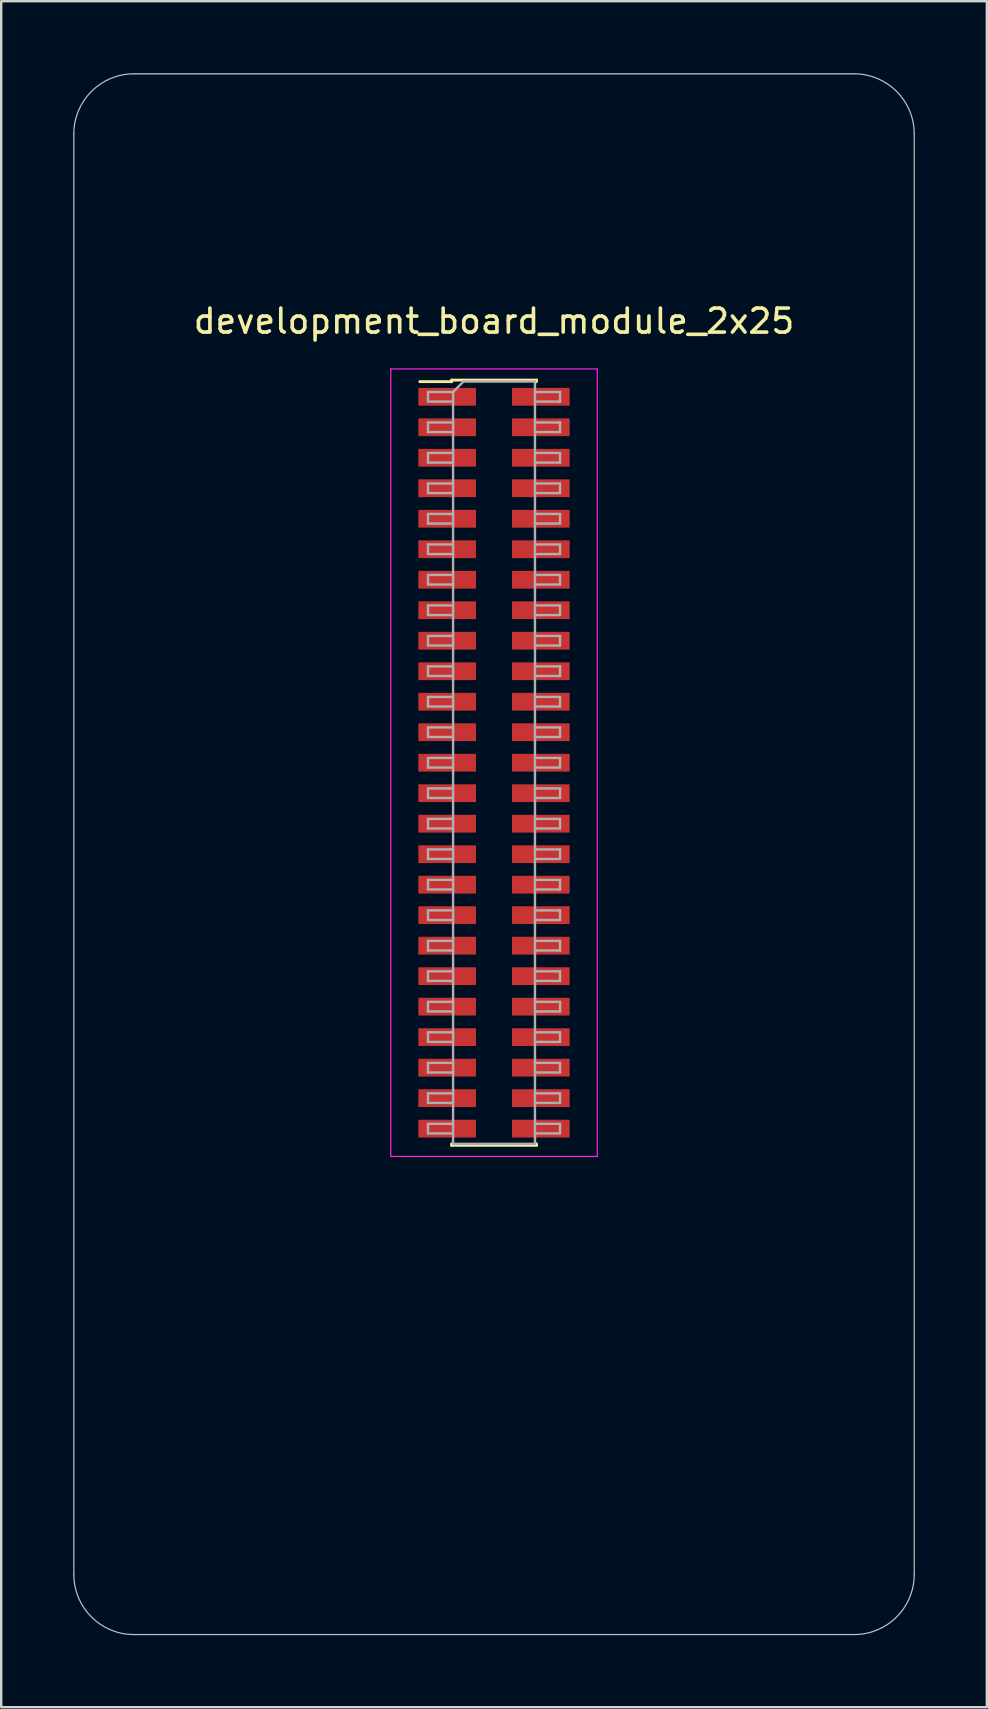
<source format=kicad_pcb>
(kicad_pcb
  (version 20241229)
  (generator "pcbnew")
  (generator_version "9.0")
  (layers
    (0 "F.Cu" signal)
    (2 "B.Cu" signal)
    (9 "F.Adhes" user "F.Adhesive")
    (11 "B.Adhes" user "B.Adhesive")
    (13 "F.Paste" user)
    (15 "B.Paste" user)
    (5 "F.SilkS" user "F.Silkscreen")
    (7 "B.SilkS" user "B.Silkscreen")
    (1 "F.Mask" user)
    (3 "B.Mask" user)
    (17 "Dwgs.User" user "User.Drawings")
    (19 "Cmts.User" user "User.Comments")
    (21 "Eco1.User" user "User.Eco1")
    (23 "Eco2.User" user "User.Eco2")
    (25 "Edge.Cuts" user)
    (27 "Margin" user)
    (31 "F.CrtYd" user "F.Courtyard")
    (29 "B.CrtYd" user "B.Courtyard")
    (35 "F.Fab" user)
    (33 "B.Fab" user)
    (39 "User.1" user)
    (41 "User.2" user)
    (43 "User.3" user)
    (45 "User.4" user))
  (footprint "development_board_module_2x25"
    (layer "F.Cu")
    (at 17.525 32.525)
    (property "Reference" "development_board_module_2x25" (at 0 -22.2 0) (layer "F.SilkS") (effects (font (size 1 1) (thickness 0.15))))
    (attr smd)
    (fp_line (start -3.09 -19.68) (end -1.765 -19.68) (stroke (width 0.12) (type solid)) (layer "F.SilkS"))
    (fp_line (start -1.765 -19.745) (end -1.765 -19.68) (stroke (width 0.12) (type solid)) (layer "F.SilkS"))
    (fp_line (start -1.765 -19.745) (end 1.765 -19.745) (stroke (width 0.12) (type solid)) (layer "F.SilkS"))
    (fp_line (start -1.765 12.06) (end -1.765 12.125) (stroke (width 0.12) (type solid)) (layer "F.SilkS"))
    (fp_line (start -1.765 12.125) (end 1.765 12.125) (stroke (width 0.12) (type solid)) (layer "F.SilkS"))
    (fp_line (start 1.765 -19.745) (end 1.765 -19.68) (stroke (width 0.12) (type solid)) (layer "F.SilkS"))
    (fp_line (start 1.765 12.06) (end 1.765 12.125) (stroke (width 0.12) (type solid)) (layer "F.SilkS"))
    (fp_line (start -17.5 30) (end -17.5 -30) (stroke (width 0.05) (type default)) (layer "Dwgs.User"))
    (fp_line (start -15 -32.5) (end 15 -32.5) (stroke (width 0.05) (type default)) (layer "Dwgs.User"))
    (fp_line (start 15 32.5) (end -15 32.5) (stroke (width 0.05) (type default)) (layer "Dwgs.User"))
    (fp_line (start 17.5 -30) (end 17.5 30) (stroke (width 0.05) (type default)) (layer "Dwgs.User"))
    (fp_arc (start -17.5 -30) (mid -16.767767 -31.767767) (end -15 -32.5) (stroke (width 0.05) (type default)) (layer "Dwgs.User"))
    (fp_arc (start -15 32.5) (mid -16.767767 31.767767) (end -17.5 30) (stroke (width 0.05) (type default)) (layer "Dwgs.User"))
    (fp_arc (start 15 -32.5) (mid 16.767767 -31.767767) (end 17.5 -30) (stroke (width 0.05) (type default)) (layer "Dwgs.User"))
    (fp_arc (start 17.5 30) (mid 16.767767 31.767767) (end 15 32.5) (stroke (width 0.05) (type default)) (layer "Dwgs.User"))
    (fp_line (start -4.3 -20.21) (end -4.3 12.59) (stroke (width 0.05) (type solid)) (layer "F.CrtYd"))
    (fp_line (start -4.3 12.59) (end 4.3 12.59) (stroke (width 0.05) (type solid)) (layer "F.CrtYd"))
    (fp_line (start 4.3 -20.21) (end -4.3 -20.21) (stroke (width 0.05) (type solid)) (layer "F.CrtYd"))
    (fp_line (start 4.3 12.59) (end 4.3 -20.21) (stroke (width 0.05) (type solid)) (layer "F.CrtYd"))
    (fp_line (start -2.75 -19.25) (end -2.75 -18.85) (stroke (width 0.1) (type solid)) (layer "F.Fab"))
    (fp_line (start -2.75 -18.85) (end -1.705 -18.85) (stroke (width 0.1) (type solid)) (layer "F.Fab"))
    (fp_line (start -2.75 -17.98) (end -2.75 -17.58) (stroke (width 0.1) (type solid)) (layer "F.Fab"))
    (fp_line (start -2.75 -17.58) (end -1.705 -17.58) (stroke (width 0.1) (type solid)) (layer "F.Fab"))
    (fp_line (start -2.75 -16.71) (end -2.75 -16.31) (stroke (width 0.1) (type solid)) (layer "F.Fab"))
    (fp_line (start -2.75 -16.31) (end -1.705 -16.31) (stroke (width 0.1) (type solid)) (layer "F.Fab"))
    (fp_line (start -2.75 -15.44) (end -2.75 -15.04) (stroke (width 0.1) (type solid)) (layer "F.Fab"))
    (fp_line (start -2.75 -15.04) (end -1.705 -15.04) (stroke (width 0.1) (type solid)) (layer "F.Fab"))
    (fp_line (start -2.75 -14.17) (end -2.75 -13.77) (stroke (width 0.1) (type solid)) (layer "F.Fab"))
    (fp_line (start -2.75 -13.77) (end -1.705 -13.77) (stroke (width 0.1) (type solid)) (layer "F.Fab"))
    (fp_line (start -2.75 -12.9) (end -2.75 -12.5) (stroke (width 0.1) (type solid)) (layer "F.Fab"))
    (fp_line (start -2.75 -12.5) (end -1.705 -12.5) (stroke (width 0.1) (type solid)) (layer "F.Fab"))
    (fp_line (start -2.75 -11.63) (end -2.75 -11.23) (stroke (width 0.1) (type solid)) (layer "F.Fab"))
    (fp_line (start -2.75 -11.23) (end -1.705 -11.23) (stroke (width 0.1) (type solid)) (layer "F.Fab"))
    (fp_line (start -2.75 -10.36) (end -2.75 -9.96) (stroke (width 0.1) (type solid)) (layer "F.Fab"))
    (fp_line (start -2.75 -9.96) (end -1.705 -9.96) (stroke (width 0.1) (type solid)) (layer "F.Fab"))
    (fp_line (start -2.75 -9.09) (end -2.75 -8.69) (stroke (width 0.1) (type solid)) (layer "F.Fab"))
    (fp_line (start -2.75 -8.69) (end -1.705 -8.69) (stroke (width 0.1) (type solid)) (layer "F.Fab"))
    (fp_line (start -2.75 -7.82) (end -2.75 -7.42) (stroke (width 0.1) (type solid)) (layer "F.Fab"))
    (fp_line (start -2.75 -7.42) (end -1.705 -7.42) (stroke (width 0.1) (type solid)) (layer "F.Fab"))
    (fp_line (start -2.75 -6.55) (end -2.75 -6.15) (stroke (width 0.1) (type solid)) (layer "F.Fab"))
    (fp_line (start -2.75 -6.15) (end -1.705 -6.15) (stroke (width 0.1) (type solid)) (layer "F.Fab"))
    (fp_line (start -2.75 -5.28) (end -2.75 -4.88) (stroke (width 0.1) (type solid)) (layer "F.Fab"))
    (fp_line (start -2.75 -4.88) (end -1.705 -4.88) (stroke (width 0.1) (type solid)) (layer "F.Fab"))
    (fp_line (start -2.75 -4.01) (end -2.75 -3.61) (stroke (width 0.1) (type solid)) (layer "F.Fab"))
    (fp_line (start -2.75 -3.61) (end -1.705 -3.61) (stroke (width 0.1) (type solid)) (layer "F.Fab"))
    (fp_line (start -2.75 -2.74) (end -2.75 -2.34) (stroke (width 0.1) (type solid)) (layer "F.Fab"))
    (fp_line (start -2.75 -2.34) (end -1.705 -2.34) (stroke (width 0.1) (type solid)) (layer "F.Fab"))
    (fp_line (start -2.75 -1.47) (end -2.75 -1.07) (stroke (width 0.1) (type solid)) (layer "F.Fab"))
    (fp_line (start -2.75 -1.07) (end -1.705 -1.07) (stroke (width 0.1) (type solid)) (layer "F.Fab"))
    (fp_line (start -2.75 -0.2) (end -2.75 0.2) (stroke (width 0.1) (type solid)) (layer "F.Fab"))
    (fp_line (start -2.75 0.2) (end -1.705 0.2) (stroke (width 0.1) (type solid)) (layer "F.Fab"))
    (fp_line (start -2.75 1.07) (end -2.75 1.47) (stroke (width 0.1) (type solid)) (layer "F.Fab"))
    (fp_line (start -2.75 1.47) (end -1.705 1.47) (stroke (width 0.1) (type solid)) (layer "F.Fab"))
    (fp_line (start -2.75 2.34) (end -2.75 2.74) (stroke (width 0.1) (type solid)) (layer "F.Fab"))
    (fp_line (start -2.75 2.74) (end -1.705 2.74) (stroke (width 0.1) (type solid)) (layer "F.Fab"))
    (fp_line (start -2.75 3.61) (end -2.75 4.01) (stroke (width 0.1) (type solid)) (layer "F.Fab"))
    (fp_line (start -2.75 4.01) (end -1.705 4.01) (stroke (width 0.1) (type solid)) (layer "F.Fab"))
    (fp_line (start -2.75 4.88) (end -2.75 5.28) (stroke (width 0.1) (type solid)) (layer "F.Fab"))
    (fp_line (start -2.75 5.28) (end -1.705 5.28) (stroke (width 0.1) (type solid)) (layer "F.Fab"))
    (fp_line (start -2.75 6.15) (end -2.75 6.55) (stroke (width 0.1) (type solid)) (layer "F.Fab"))
    (fp_line (start -2.75 6.55) (end -1.705 6.55) (stroke (width 0.1) (type solid)) (layer "F.Fab"))
    (fp_line (start -2.75 7.42) (end -2.75 7.82) (stroke (width 0.1) (type solid)) (layer "F.Fab"))
    (fp_line (start -2.75 7.82) (end -1.705 7.82) (stroke (width 0.1) (type solid)) (layer "F.Fab"))
    (fp_line (start -2.75 8.69) (end -2.75 9.09) (stroke (width 0.1) (type solid)) (layer "F.Fab"))
    (fp_line (start -2.75 9.09) (end -1.705 9.09) (stroke (width 0.1) (type solid)) (layer "F.Fab"))
    (fp_line (start -2.75 9.96) (end -2.75 10.36) (stroke (width 0.1) (type solid)) (layer "F.Fab"))
    (fp_line (start -2.75 10.36) (end -1.705 10.36) (stroke (width 0.1) (type solid)) (layer "F.Fab"))
    (fp_line (start -2.75 11.23) (end -2.75 11.63) (stroke (width 0.1) (type solid)) (layer "F.Fab"))
    (fp_line (start -2.75 11.63) (end -1.705 11.63) (stroke (width 0.1) (type solid)) (layer "F.Fab"))
    (fp_line (start -1.705 -19.25) (end -2.75 -19.25) (stroke (width 0.1) (type solid)) (layer "F.Fab"))
    (fp_line (start -1.705 -19.25) (end -1.27 -19.685) (stroke (width 0.1) (type solid)) (layer "F.Fab"))
    (fp_line (start -1.705 -17.98) (end -2.75 -17.98) (stroke (width 0.1) (type solid)) (layer "F.Fab"))
    (fp_line (start -1.705 -16.71) (end -2.75 -16.71) (stroke (width 0.1) (type solid)) (layer "F.Fab"))
    (fp_line (start -1.705 -15.44) (end -2.75 -15.44) (stroke (width 0.1) (type solid)) (layer "F.Fab"))
    (fp_line (start -1.705 -14.17) (end -2.75 -14.17) (stroke (width 0.1) (type solid)) (layer "F.Fab"))
    (fp_line (start -1.705 -12.9) (end -2.75 -12.9) (stroke (width 0.1) (type solid)) (layer "F.Fab"))
    (fp_line (start -1.705 -11.63) (end -2.75 -11.63) (stroke (width 0.1) (type solid)) (layer "F.Fab"))
    (fp_line (start -1.705 -10.36) (end -2.75 -10.36) (stroke (width 0.1) (type solid)) (layer "F.Fab"))
    (fp_line (start -1.705 -9.09) (end -2.75 -9.09) (stroke (width 0.1) (type solid)) (layer "F.Fab"))
    (fp_line (start -1.705 -7.82) (end -2.75 -7.82) (stroke (width 0.1) (type solid)) (layer "F.Fab"))
    (fp_line (start -1.705 -6.55) (end -2.75 -6.55) (stroke (width 0.1) (type solid)) (layer "F.Fab"))
    (fp_line (start -1.705 -5.28) (end -2.75 -5.28) (stroke (width 0.1) (type solid)) (layer "F.Fab"))
    (fp_line (start -1.705 -4.01) (end -2.75 -4.01) (stroke (width 0.1) (type solid)) (layer "F.Fab"))
    (fp_line (start -1.705 -2.74) (end -2.75 -2.74) (stroke (width 0.1) (type solid)) (layer "F.Fab"))
    (fp_line (start -1.705 -1.47) (end -2.75 -1.47) (stroke (width 0.1) (type solid)) (layer "F.Fab"))
    (fp_line (start -1.705 -0.2) (end -2.75 -0.2) (stroke (width 0.1) (type solid)) (layer "F.Fab"))
    (fp_line (start -1.705 1.07) (end -2.75 1.07) (stroke (width 0.1) (type solid)) (layer "F.Fab"))
    (fp_line (start -1.705 2.34) (end -2.75 2.34) (stroke (width 0.1) (type solid)) (layer "F.Fab"))
    (fp_line (start -1.705 3.61) (end -2.75 3.61) (stroke (width 0.1) (type solid)) (layer "F.Fab"))
    (fp_line (start -1.705 4.88) (end -2.75 4.88) (stroke (width 0.1) (type solid)) (layer "F.Fab"))
    (fp_line (start -1.705 6.15) (end -2.75 6.15) (stroke (width 0.1) (type solid)) (layer "F.Fab"))
    (fp_line (start -1.705 7.42) (end -2.75 7.42) (stroke (width 0.1) (type solid)) (layer "F.Fab"))
    (fp_line (start -1.705 8.69) (end -2.75 8.69) (stroke (width 0.1) (type solid)) (layer "F.Fab"))
    (fp_line (start -1.705 9.96) (end -2.75 9.96) (stroke (width 0.1) (type solid)) (layer "F.Fab"))
    (fp_line (start -1.705 11.23) (end -2.75 11.23) (stroke (width 0.1) (type solid)) (layer "F.Fab"))
    (fp_line (start -1.705 12.065) (end -1.705 -19.25) (stroke (width 0.1) (type solid)) (layer "F.Fab"))
    (fp_line (start -1.27 -19.685) (end 1.705 -19.685) (stroke (width 0.1) (type solid)) (layer "F.Fab"))
    (fp_line (start 1.705 -19.685) (end 1.705 12.065) (stroke (width 0.1) (type solid)) (layer "F.Fab"))
    (fp_line (start 1.705 -19.25) (end 2.75 -19.25) (stroke (width 0.1) (type solid)) (layer "F.Fab"))
    (fp_line (start 1.705 -17.98) (end 2.75 -17.98) (stroke (width 0.1) (type solid)) (layer "F.Fab"))
    (fp_line (start 1.705 -16.71) (end 2.75 -16.71) (stroke (width 0.1) (type solid)) (layer "F.Fab"))
    (fp_line (start 1.705 -15.44) (end 2.75 -15.44) (stroke (width 0.1) (type solid)) (layer "F.Fab"))
    (fp_line (start 1.705 -14.17) (end 2.75 -14.17) (stroke (width 0.1) (type solid)) (layer "F.Fab"))
    (fp_line (start 1.705 -12.9) (end 2.75 -12.9) (stroke (width 0.1) (type solid)) (layer "F.Fab"))
    (fp_line (start 1.705 -11.63) (end 2.75 -11.63) (stroke (width 0.1) (type solid)) (layer "F.Fab"))
    (fp_line (start 1.705 -10.36) (end 2.75 -10.36) (stroke (width 0.1) (type solid)) (layer "F.Fab"))
    (fp_line (start 1.705 -9.09) (end 2.75 -9.09) (stroke (width 0.1) (type solid)) (layer "F.Fab"))
    (fp_line (start 1.705 -7.82) (end 2.75 -7.82) (stroke (width 0.1) (type solid)) (layer "F.Fab"))
    (fp_line (start 1.705 -6.55) (end 2.75 -6.55) (stroke (width 0.1) (type solid)) (layer "F.Fab"))
    (fp_line (start 1.705 -5.28) (end 2.75 -5.28) (stroke (width 0.1) (type solid)) (layer "F.Fab"))
    (fp_line (start 1.705 -4.01) (end 2.75 -4.01) (stroke (width 0.1) (type solid)) (layer "F.Fab"))
    (fp_line (start 1.705 -2.74) (end 2.75 -2.74) (stroke (width 0.1) (type solid)) (layer "F.Fab"))
    (fp_line (start 1.705 -1.47) (end 2.75 -1.47) (stroke (width 0.1) (type solid)) (layer "F.Fab"))
    (fp_line (start 1.705 -0.2) (end 2.75 -0.2) (stroke (width 0.1) (type solid)) (layer "F.Fab"))
    (fp_line (start 1.705 1.07) (end 2.75 1.07) (stroke (width 0.1) (type solid)) (layer "F.Fab"))
    (fp_line (start 1.705 2.34) (end 2.75 2.34) (stroke (width 0.1) (type solid)) (layer "F.Fab"))
    (fp_line (start 1.705 3.61) (end 2.75 3.61) (stroke (width 0.1) (type solid)) (layer "F.Fab"))
    (fp_line (start 1.705 4.88) (end 2.75 4.88) (stroke (width 0.1) (type solid)) (layer "F.Fab"))
    (fp_line (start 1.705 6.15) (end 2.75 6.15) (stroke (width 0.1) (type solid)) (layer "F.Fab"))
    (fp_line (start 1.705 7.42) (end 2.75 7.42) (stroke (width 0.1) (type solid)) (layer "F.Fab"))
    (fp_line (start 1.705 8.69) (end 2.75 8.69) (stroke (width 0.1) (type solid)) (layer "F.Fab"))
    (fp_line (start 1.705 9.96) (end 2.75 9.96) (stroke (width 0.1) (type solid)) (layer "F.Fab"))
    (fp_line (start 1.705 11.23) (end 2.75 11.23) (stroke (width 0.1) (type solid)) (layer "F.Fab"))
    (fp_line (start 1.705 12.065) (end -1.705 12.065) (stroke (width 0.1) (type solid)) (layer "F.Fab"))
    (fp_line (start 2.75 -19.25) (end 2.75 -18.85) (stroke (width 0.1) (type solid)) (layer "F.Fab"))
    (fp_line (start 2.75 -18.85) (end 1.705 -18.85) (stroke (width 0.1) (type solid)) (layer "F.Fab"))
    (fp_line (start 2.75 -17.98) (end 2.75 -17.58) (stroke (width 0.1) (type solid)) (layer "F.Fab"))
    (fp_line (start 2.75 -17.58) (end 1.705 -17.58) (stroke (width 0.1) (type solid)) (layer "F.Fab"))
    (fp_line (start 2.75 -16.71) (end 2.75 -16.31) (stroke (width 0.1) (type solid)) (layer "F.Fab"))
    (fp_line (start 2.75 -16.31) (end 1.705 -16.31) (stroke (width 0.1) (type solid)) (layer "F.Fab"))
    (fp_line (start 2.75 -15.44) (end 2.75 -15.04) (stroke (width 0.1) (type solid)) (layer "F.Fab"))
    (fp_line (start 2.75 -15.04) (end 1.705 -15.04) (stroke (width 0.1) (type solid)) (layer "F.Fab"))
    (fp_line (start 2.75 -14.17) (end 2.75 -13.77) (stroke (width 0.1) (type solid)) (layer "F.Fab"))
    (fp_line (start 2.75 -13.77) (end 1.705 -13.77) (stroke (width 0.1) (type solid)) (layer "F.Fab"))
    (fp_line (start 2.75 -12.9) (end 2.75 -12.5) (stroke (width 0.1) (type solid)) (layer "F.Fab"))
    (fp_line (start 2.75 -12.5) (end 1.705 -12.5) (stroke (width 0.1) (type solid)) (layer "F.Fab"))
    (fp_line (start 2.75 -11.63) (end 2.75 -11.23) (stroke (width 0.1) (type solid)) (layer "F.Fab"))
    (fp_line (start 2.75 -11.23) (end 1.705 -11.23) (stroke (width 0.1) (type solid)) (layer "F.Fab"))
    (fp_line (start 2.75 -10.36) (end 2.75 -9.96) (stroke (width 0.1) (type solid)) (layer "F.Fab"))
    (fp_line (start 2.75 -9.96) (end 1.705 -9.96) (stroke (width 0.1) (type solid)) (layer "F.Fab"))
    (fp_line (start 2.75 -9.09) (end 2.75 -8.69) (stroke (width 0.1) (type solid)) (layer "F.Fab"))
    (fp_line (start 2.75 -8.69) (end 1.705 -8.69) (stroke (width 0.1) (type solid)) (layer "F.Fab"))
    (fp_line (start 2.75 -7.82) (end 2.75 -7.42) (stroke (width 0.1) (type solid)) (layer "F.Fab"))
    (fp_line (start 2.75 -7.42) (end 1.705 -7.42) (stroke (width 0.1) (type solid)) (layer "F.Fab"))
    (fp_line (start 2.75 -6.55) (end 2.75 -6.15) (stroke (width 0.1) (type solid)) (layer "F.Fab"))
    (fp_line (start 2.75 -6.15) (end 1.705 -6.15) (stroke (width 0.1) (type solid)) (layer "F.Fab"))
    (fp_line (start 2.75 -5.28) (end 2.75 -4.88) (stroke (width 0.1) (type solid)) (layer "F.Fab"))
    (fp_line (start 2.75 -4.88) (end 1.705 -4.88) (stroke (width 0.1) (type solid)) (layer "F.Fab"))
    (fp_line (start 2.75 -4.01) (end 2.75 -3.61) (stroke (width 0.1) (type solid)) (layer "F.Fab"))
    (fp_line (start 2.75 -3.61) (end 1.705 -3.61) (stroke (width 0.1) (type solid)) (layer "F.Fab"))
    (fp_line (start 2.75 -2.74) (end 2.75 -2.34) (stroke (width 0.1) (type solid)) (layer "F.Fab"))
    (fp_line (start 2.75 -2.34) (end 1.705 -2.34) (stroke (width 0.1) (type solid)) (layer "F.Fab"))
    (fp_line (start 2.75 -1.47) (end 2.75 -1.07) (stroke (width 0.1) (type solid)) (layer "F.Fab"))
    (fp_line (start 2.75 -1.07) (end 1.705 -1.07) (stroke (width 0.1) (type solid)) (layer "F.Fab"))
    (fp_line (start 2.75 -0.2) (end 2.75 0.2) (stroke (width 0.1) (type solid)) (layer "F.Fab"))
    (fp_line (start 2.75 0.2) (end 1.705 0.2) (stroke (width 0.1) (type solid)) (layer "F.Fab"))
    (fp_line (start 2.75 1.07) (end 2.75 1.47) (stroke (width 0.1) (type solid)) (layer "F.Fab"))
    (fp_line (start 2.75 1.47) (end 1.705 1.47) (stroke (width 0.1) (type solid)) (layer "F.Fab"))
    (fp_line (start 2.75 2.34) (end 2.75 2.74) (stroke (width 0.1) (type solid)) (layer "F.Fab"))
    (fp_line (start 2.75 2.74) (end 1.705 2.74) (stroke (width 0.1) (type solid)) (layer "F.Fab"))
    (fp_line (start 2.75 3.61) (end 2.75 4.01) (stroke (width 0.1) (type solid)) (layer "F.Fab"))
    (fp_line (start 2.75 4.01) (end 1.705 4.01) (stroke (width 0.1) (type solid)) (layer "F.Fab"))
    (fp_line (start 2.75 4.88) (end 2.75 5.28) (stroke (width 0.1) (type solid)) (layer "F.Fab"))
    (fp_line (start 2.75 5.28) (end 1.705 5.28) (stroke (width 0.1) (type solid)) (layer "F.Fab"))
    (fp_line (start 2.75 6.15) (end 2.75 6.55) (stroke (width 0.1) (type solid)) (layer "F.Fab"))
    (fp_line (start 2.75 6.55) (end 1.705 6.55) (stroke (width 0.1) (type solid)) (layer "F.Fab"))
    (fp_line (start 2.75 7.42) (end 2.75 7.82) (stroke (width 0.1) (type solid)) (layer "F.Fab"))
    (fp_line (start 2.75 7.82) (end 1.705 7.82) (stroke (width 0.1) (type solid)) (layer "F.Fab"))
    (fp_line (start 2.75 8.69) (end 2.75 9.09) (stroke (width 0.1) (type solid)) (layer "F.Fab"))
    (fp_line (start 2.75 9.09) (end 1.705 9.09) (stroke (width 0.1) (type solid)) (layer "F.Fab"))
    (fp_line (start 2.75 9.96) (end 2.75 10.36) (stroke (width 0.1) (type solid)) (layer "F.Fab"))
    (fp_line (start 2.75 10.36) (end 1.705 10.36) (stroke (width 0.1) (type solid)) (layer "F.Fab"))
    (fp_line (start 2.75 11.23) (end 2.75 11.63) (stroke (width 0.1) (type solid)) (layer "F.Fab"))
    (fp_line (start 2.75 11.63) (end 1.705 11.63) (stroke (width 0.1) (type solid)) (layer "F.Fab"))
    (pad "1" smd rect (at -1.95 -19.05) (size 2.4 0.74) (layers "F.Cu" "F.Mask" "F.Paste"))
    (pad "2" smd rect (at 1.95 -19.05) (size 2.4 0.74) (layers "F.Cu" "F.Mask" "F.Paste"))
    (pad "3" smd rect (at -1.95 -17.78) (size 2.4 0.74) (layers "F.Cu" "F.Mask" "F.Paste"))
    (pad "4" smd rect (at 1.95 -17.78) (size 2.4 0.74) (layers "F.Cu" "F.Mask" "F.Paste"))
    (pad "5" smd rect (at -1.95 -16.51) (size 2.4 0.74) (layers "F.Cu" "F.Mask" "F.Paste"))
    (pad "6" smd rect (at 1.95 -16.51) (size 2.4 0.74) (layers "F.Cu" "F.Mask" "F.Paste"))
    (pad "7" smd rect (at -1.95 -15.24) (size 2.4 0.74) (layers "F.Cu" "F.Mask" "F.Paste"))
    (pad "8" smd rect (at 1.95 -15.24) (size 2.4 0.74) (layers "F.Cu" "F.Mask" "F.Paste"))
    (pad "9" smd rect (at -1.95 -13.97) (size 2.4 0.74) (layers "F.Cu" "F.Mask" "F.Paste"))
    (pad "10" smd rect (at 1.95 -13.97) (size 2.4 0.74) (layers "F.Cu" "F.Mask" "F.Paste"))
    (pad "11" smd rect (at -1.95 -12.7) (size 2.4 0.74) (layers "F.Cu" "F.Mask" "F.Paste"))
    (pad "12" smd rect (at 1.95 -12.7) (size 2.4 0.74) (layers "F.Cu" "F.Mask" "F.Paste"))
    (pad "13" smd rect (at -1.95 -11.43) (size 2.4 0.74) (layers "F.Cu" "F.Mask" "F.Paste"))
    (pad "14" smd rect (at 1.95 -11.43) (size 2.4 0.74) (layers "F.Cu" "F.Mask" "F.Paste"))
    (pad "15" smd rect (at -1.95 -10.16) (size 2.4 0.74) (layers "F.Cu" "F.Mask" "F.Paste"))
    (pad "16" smd rect (at 1.95 -10.16) (size 2.4 0.74) (layers "F.Cu" "F.Mask" "F.Paste"))
    (pad "17" smd rect (at -1.95 -8.89) (size 2.4 0.74) (layers "F.Cu" "F.Mask" "F.Paste"))
    (pad "18" smd rect (at 1.95 -8.89) (size 2.4 0.74) (layers "F.Cu" "F.Mask" "F.Paste"))
    (pad "19" smd rect (at -1.95 -7.62) (size 2.4 0.74) (layers "F.Cu" "F.Mask" "F.Paste"))
    (pad "20" smd rect (at 1.95 -7.62) (size 2.4 0.74) (layers "F.Cu" "F.Mask" "F.Paste"))
    (pad "21" smd rect (at -1.95 -6.35) (size 2.4 0.74) (layers "F.Cu" "F.Mask" "F.Paste"))
    (pad "22" smd rect (at 1.95 -6.35) (size 2.4 0.74) (layers "F.Cu" "F.Mask" "F.Paste"))
    (pad "23" smd rect (at -1.95 -5.08) (size 2.4 0.74) (layers "F.Cu" "F.Mask" "F.Paste"))
    (pad "24" smd rect (at 1.95 -5.08) (size 2.4 0.74) (layers "F.Cu" "F.Mask" "F.Paste"))
    (pad "25" smd rect (at -1.95 -3.81) (size 2.4 0.74) (layers "F.Cu" "F.Mask" "F.Paste"))
    (pad "26" smd rect (at 1.95 -3.81) (size 2.4 0.74) (layers "F.Cu" "F.Mask" "F.Paste"))
    (pad "27" smd rect (at -1.95 -2.54) (size 2.4 0.74) (layers "F.Cu" "F.Mask" "F.Paste"))
    (pad "28" smd rect (at 1.95 -2.54) (size 2.4 0.74) (layers "F.Cu" "F.Mask" "F.Paste"))
    (pad "29" smd rect (at -1.95 -1.27) (size 2.4 0.74) (layers "F.Cu" "F.Mask" "F.Paste"))
    (pad "30" smd rect (at 1.95 -1.27) (size 2.4 0.74) (layers "F.Cu" "F.Mask" "F.Paste"))
    (pad "31" smd rect (at -1.95 0) (size 2.4 0.74) (layers "F.Cu" "F.Mask" "F.Paste"))
    (pad "32" smd rect (at 1.95 0) (size 2.4 0.74) (layers "F.Cu" "F.Mask" "F.Paste"))
    (pad "33" smd rect (at -1.95 1.27) (size 2.4 0.74) (layers "F.Cu" "F.Mask" "F.Paste"))
    (pad "34" smd rect (at 1.95 1.27) (size 2.4 0.74) (layers "F.Cu" "F.Mask" "F.Paste"))
    (pad "35" smd rect (at -1.95 2.54) (size 2.4 0.74) (layers "F.Cu" "F.Mask" "F.Paste"))
    (pad "36" smd rect (at 1.95 2.54) (size 2.4 0.74) (layers "F.Cu" "F.Mask" "F.Paste"))
    (pad "37" smd rect (at -1.95 3.81) (size 2.4 0.74) (layers "F.Cu" "F.Mask" "F.Paste"))
    (pad "38" smd rect (at 1.95 3.81) (size 2.4 0.74) (layers "F.Cu" "F.Mask" "F.Paste"))
    (pad "39" smd rect (at -1.95 5.08) (size 2.4 0.74) (layers "F.Cu" "F.Mask" "F.Paste"))
    (pad "40" smd rect (at 1.95 5.08) (size 2.4 0.74) (layers "F.Cu" "F.Mask" "F.Paste"))
    (pad "41" smd rect (at -1.95 6.35) (size 2.4 0.74) (layers "F.Cu" "F.Mask" "F.Paste"))
    (pad "42" smd rect (at 1.95 6.35) (size 2.4 0.74) (layers "F.Cu" "F.Mask" "F.Paste"))
    (pad "43" smd rect (at -1.95 7.62) (size 2.4 0.74) (layers "F.Cu" "F.Mask" "F.Paste"))
    (pad "44" smd rect (at 1.95 7.62) (size 2.4 0.74) (layers "F.Cu" "F.Mask" "F.Paste"))
    (pad "45" smd rect (at -1.95 8.89) (size 2.4 0.74) (layers "F.Cu" "F.Mask" "F.Paste"))
    (pad "46" smd rect (at 1.95 8.89) (size 2.4 0.74) (layers "F.Cu" "F.Mask" "F.Paste"))
    (pad "47" smd rect (at -1.95 10.16) (size 2.4 0.74) (layers "F.Cu" "F.Mask" "F.Paste"))
    (pad "48" smd rect (at 1.95 10.16) (size 2.4 0.74) (layers "F.Cu" "F.Mask" "F.Paste"))
    (pad "49" smd rect (at -1.95 11.43) (size 2.4 0.74) (layers "F.Cu" "F.Mask" "F.Paste"))
    (pad "50" smd rect (at 1.95 11.43) (size 2.4 0.74) (layers "F.Cu" "F.Mask" "F.Paste")))
  (gr_rect
    (start -3 -3)
    (end 38.05 68.05)
    (stroke (width 0.1) (type default))
    (fill no)
    (layer "Edge.Cuts")))
</source>
